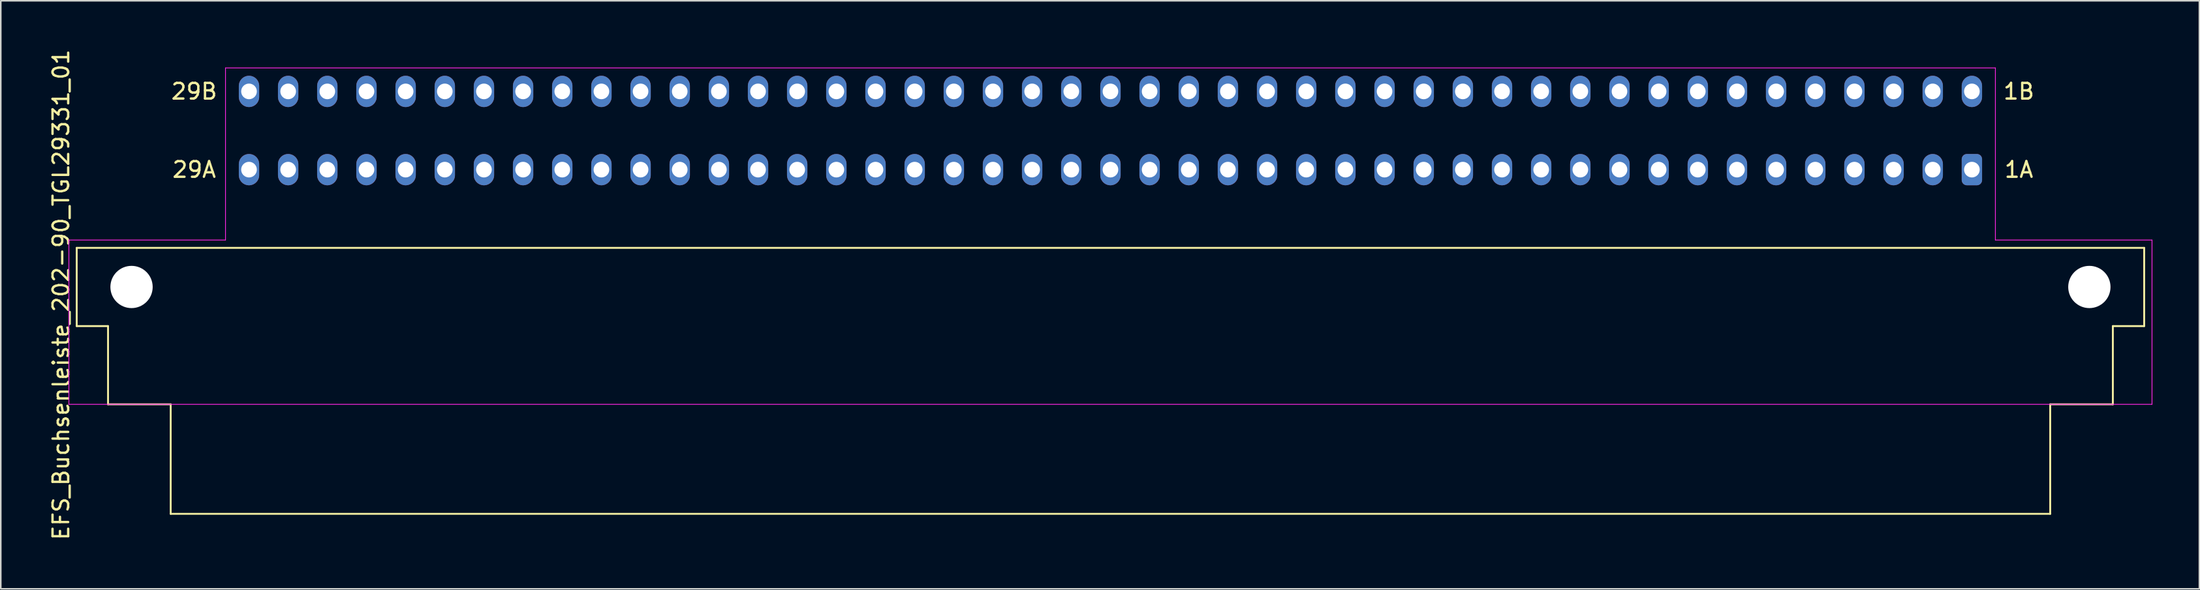
<source format=kicad_pcb>
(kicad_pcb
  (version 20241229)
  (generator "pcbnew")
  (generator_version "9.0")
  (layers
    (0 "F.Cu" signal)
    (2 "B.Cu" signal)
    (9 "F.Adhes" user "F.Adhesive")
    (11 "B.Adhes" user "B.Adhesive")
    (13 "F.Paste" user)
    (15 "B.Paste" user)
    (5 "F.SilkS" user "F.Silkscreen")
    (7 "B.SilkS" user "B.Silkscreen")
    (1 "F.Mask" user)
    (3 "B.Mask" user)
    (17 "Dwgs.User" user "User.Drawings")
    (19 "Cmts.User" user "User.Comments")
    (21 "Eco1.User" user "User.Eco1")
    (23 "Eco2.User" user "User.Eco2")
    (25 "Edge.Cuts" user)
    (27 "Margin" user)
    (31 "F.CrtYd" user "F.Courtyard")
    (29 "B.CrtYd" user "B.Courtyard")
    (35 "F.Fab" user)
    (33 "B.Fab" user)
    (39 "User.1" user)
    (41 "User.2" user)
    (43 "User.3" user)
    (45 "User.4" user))
  (footprint "EFS_Buchsenleiste_202-90_TGL29331_01"
    (layer "F.Cu")
    (at 67.848 20.292)
    (property "Reference" "EFS_Buchsenleiste_202-90_TGL29331_01" (at -67 -4.5 90) (layer "F.SilkS") (effects (font (size 1 1) (thickness 0.15))))
    (attr through_hole)
    (fp_line (start -66 -7.5) (end -66 -2.5) (stroke (width 0.12) (type solid)) (layer "F.SilkS"))
    (fp_line (start -66 -7.5) (end 66 -7.5) (stroke (width 0.12) (type solid)) (layer "F.SilkS"))
    (fp_line (start -66 -2.5) (end -64 -2.5) (stroke (width 0.12) (type solid)) (layer "F.SilkS"))
    (fp_line (start -64 -2.5) (end -64 2.5) (stroke (width 0.12) (type solid)) (layer "F.SilkS"))
    (fp_line (start -64 2.5) (end -60 2.5) (stroke (width 0.12) (type solid)) (layer "F.SilkS"))
    (fp_line (start -60 2.5) (end -60 9.5) (stroke (width 0.12) (type solid)) (layer "F.SilkS"))
    (fp_line (start -60 9.5) (end 60 9.5) (stroke (width 0.12) (type solid)) (layer "F.SilkS"))
    (fp_line (start 60 2.5) (end 64 2.5) (stroke (width 0.12) (type solid)) (layer "F.SilkS"))
    (fp_line (start 60 9.5) (end 60 2.5) (stroke (width 0.12) (type solid)) (layer "F.SilkS"))
    (fp_line (start 64 -2.5) (end 66 -2.5) (stroke (width 0.12) (type solid)) (layer "F.SilkS"))
    (fp_line (start 64 2.5) (end 64 -2.5) (stroke (width 0.12) (type solid)) (layer "F.SilkS"))
    (fp_line (start 66 -2.5) (end 66 -7.5) (stroke (width 0.12) (type solid)) (layer "F.SilkS"))
    (fp_line (start -66.5 2.5) (end -66.5 -8) (stroke (width 0.05) (type solid)) (layer "F.CrtYd"))
    (fp_line (start -56.5 -19) (end 56.5 -19) (stroke (width 0.05) (type solid)) (layer "F.CrtYd"))
    (fp_line (start -56.5 -8) (end -66.5 -8) (stroke (width 0.05) (type solid)) (layer "F.CrtYd"))
    (fp_line (start -56.5 -8) (end -56.5 -19) (stroke (width 0.05) (type solid)) (layer "F.CrtYd"))
    (fp_line (start 56.5 -19) (end 56.5 -8) (stroke (width 0.05) (type solid)) (layer "F.CrtYd"))
    (fp_line (start 56.5 -8) (end 66.5 -8) (stroke (width 0.05) (type solid)) (layer "F.CrtYd"))
    (fp_line (start 66.5 -8) (end 66.5 2.5) (stroke (width 0.05) (type solid)) (layer "F.CrtYd"))
    (fp_line (start 66.5 2.5) (end -66.5 2.5) (stroke (width 0.05) (type solid)) (layer "F.CrtYd"))
    (fp_text user "1A" (at 58 -12.5 0) (layer "F.SilkS") (effects (font (size 1 1) (thickness 0.15))))
    (fp_text user "29A" (at -58.5 -12.5 0) (layer "F.SilkS") (effects (font (size 1 1) (thickness 0.15))))
    (fp_text user "29B" (at -58.5 -17.5 0) (layer "F.SilkS") (effects (font (size 1 1) (thickness 0.15))))
    (fp_text user "1B" (at 58 -17.5 0) (layer "F.SilkS") (effects (font (size 1 1) (thickness 0.15))))
    (pad "" np_thru_hole circle (at -62.5 -5) (size 2.7 2.7) (drill 2.7) (layers "*.Cu" "*.Mask"))
    (pad "" np_thru_hole circle (at 62.5 -5) (size 2.7 2.7) (drill 2.7) (layers "*.Cu" "*.Mask"))
    (pad "1a" thru_hole roundrect (at 55 -12.5) (size 1.3 2) (drill 1) (layers "*.Cu" "*.Mask") (roundrect_rratio 0.25))
    (pad "1b" thru_hole oval (at 55 -17.5) (size 1.3 2) (drill 1) (layers "*.Cu" "*.Mask"))
    (pad "2a" thru_hole oval (at 52.5 -12.5) (size 1.3 2) (drill 1) (layers "*.Cu" "*.Mask"))
    (pad "2b" thru_hole oval (at 52.5 -17.5) (size 1.3 2) (drill 1) (layers "*.Cu" "*.Mask"))
    (pad "3a" thru_hole oval (at 50 -12.5) (size 1.3 2) (drill 1) (layers "*.Cu" "*.Mask"))
    (pad "3b" thru_hole oval (at 50 -17.5) (size 1.3 2) (drill 1) (layers "*.Cu" "*.Mask"))
    (pad "4a" thru_hole oval (at 47.5 -12.5) (size 1.3 2) (drill 1) (layers "*.Cu" "*.Mask"))
    (pad "4b" thru_hole oval (at 47.5 -17.5) (size 1.3 2) (drill 1) (layers "*.Cu" "*.Mask"))
    (pad "5a" thru_hole oval (at 45 -12.5) (size 1.3 2) (drill 1) (layers "*.Cu" "*.Mask"))
    (pad "5b" thru_hole oval (at 45 -17.5) (size 1.3 2) (drill 1) (layers "*.Cu" "*.Mask"))
    (pad "6a" thru_hole oval (at 42.5 -12.5) (size 1.3 2) (drill 1) (layers "*.Cu" "*.Mask"))
    (pad "6b" thru_hole oval (at 42.5 -17.5) (size 1.3 2) (drill 1) (layers "*.Cu" "*.Mask"))
    (pad "7a" thru_hole oval (at 40 -12.5) (size 1.3 2) (drill 1) (layers "*.Cu" "*.Mask"))
    (pad "7b" thru_hole oval (at 40 -17.5) (size 1.3 2) (drill 1) (layers "*.Cu" "*.Mask"))
    (pad "8a" thru_hole oval (at 37.5 -12.5) (size 1.3 2) (drill 1) (layers "*.Cu" "*.Mask"))
    (pad "8b" thru_hole oval (at 37.5 -17.5) (size 1.3 2) (drill 1) (layers "*.Cu" "*.Mask"))
    (pad "9a" thru_hole oval (at 35 -12.5) (size 1.3 2) (drill 1) (layers "*.Cu" "*.Mask"))
    (pad "9b" thru_hole oval (at 35 -17.5) (size 1.3 2) (drill 1) (layers "*.Cu" "*.Mask"))
    (pad "10a" thru_hole oval (at 32.5 -12.5) (size 1.3 2) (drill 1) (layers "*.Cu" "*.Mask"))
    (pad "10b" thru_hole oval (at 32.5 -17.5) (size 1.3 2) (drill 1) (layers "*.Cu" "*.Mask"))
    (pad "11a" thru_hole oval (at 30 -12.5) (size 1.3 2) (drill 1) (layers "*.Cu" "*.Mask"))
    (pad "11b" thru_hole oval (at 30 -17.5) (size 1.3 2) (drill 1) (layers "*.Cu" "*.Mask"))
    (pad "12a" thru_hole oval (at 27.5 -12.5) (size 1.3 2) (drill 1) (layers "*.Cu" "*.Mask"))
    (pad "12b" thru_hole oval (at 27.5 -17.5) (size 1.3 2) (drill 1) (layers "*.Cu" "*.Mask"))
    (pad "13a" thru_hole oval (at 25 -12.5) (size 1.3 2) (drill 1) (layers "*.Cu" "*.Mask"))
    (pad "13b" thru_hole oval (at 25 -17.5) (size 1.3 2) (drill 1) (layers "*.Cu" "*.Mask"))
    (pad "14a" thru_hole oval (at 22.5 -12.5) (size 1.3 2) (drill 1) (layers "*.Cu" "*.Mask"))
    (pad "14b" thru_hole oval (at 22.5 -17.5) (size 1.3 2) (drill 1) (layers "*.Cu" "*.Mask"))
    (pad "15a" thru_hole oval (at 20 -12.5) (size 1.3 2) (drill 1) (layers "*.Cu" "*.Mask"))
    (pad "15b" thru_hole oval (at 20 -17.5) (size 1.3 2) (drill 1) (layers "*.Cu" "*.Mask"))
    (pad "16a" thru_hole oval (at 17.5 -12.5) (size 1.3 2) (drill 1) (layers "*.Cu" "*.Mask"))
    (pad "16b" thru_hole oval (at 17.5 -17.5) (size 1.3 2) (drill 1) (layers "*.Cu" "*.Mask"))
    (pad "17a" thru_hole oval (at 15 -12.5) (size 1.3 2) (drill 1) (layers "*.Cu" "*.Mask"))
    (pad "17b" thru_hole oval (at 15 -17.5) (size 1.3 2) (drill 1) (layers "*.Cu" "*.Mask"))
    (pad "18a" thru_hole oval (at 12.5 -12.5) (size 1.3 2) (drill 1) (layers "*.Cu" "*.Mask"))
    (pad "18b" thru_hole oval (at 12.5 -17.5) (size 1.3 2) (drill 1) (layers "*.Cu" "*.Mask"))
    (pad "19a" thru_hole oval (at 10 -12.5) (size 1.3 2) (drill 1) (layers "*.Cu" "*.Mask"))
    (pad "19b" thru_hole oval (at 10 -17.5) (size 1.3 2) (drill 1) (layers "*.Cu" "*.Mask"))
    (pad "20a" thru_hole oval (at 7.5 -12.5) (size 1.3 2) (drill 1) (layers "*.Cu" "*.Mask"))
    (pad "20b" thru_hole oval (at 7.5 -17.5) (size 1.3 2) (drill 1) (layers "*.Cu" "*.Mask"))
    (pad "21a" thru_hole oval (at 5 -12.5) (size 1.3 2) (drill 1) (layers "*.Cu" "*.Mask"))
    (pad "21b" thru_hole oval (at 5 -17.5) (size 1.3 2) (drill 1) (layers "*.Cu" "*.Mask"))
    (pad "22a" thru_hole oval (at 2.5 -12.5) (size 1.3 2) (drill 1) (layers "*.Cu" "*.Mask"))
    (pad "22b" thru_hole oval (at 2.5 -17.5) (size 1.3 2) (drill 1) (layers "*.Cu" "*.Mask"))
    (pad "23a" thru_hole oval (at 0 -12.5) (size 1.3 2) (drill 1) (layers "*.Cu" "*.Mask"))
    (pad "23b" thru_hole oval (at 0 -17.5) (size 1.3 2) (drill 1) (layers "*.Cu" "*.Mask"))
    (pad "24a" thru_hole oval (at -2.5 -12.5) (size 1.3 2) (drill 1) (layers "*.Cu" "*.Mask"))
    (pad "24b" thru_hole oval (at -2.5 -17.5) (size 1.3 2) (drill 1) (layers "*.Cu" "*.Mask"))
    (pad "25a" thru_hole oval (at -5 -12.5) (size 1.3 2) (drill 1) (layers "*.Cu" "*.Mask"))
    (pad "25b" thru_hole oval (at -5 -17.5) (size 1.3 2) (drill 1) (layers "*.Cu" "*.Mask"))
    (pad "26a" thru_hole oval (at -7.5 -12.5) (size 1.3 2) (drill 1) (layers "*.Cu" "*.Mask"))
    (pad "26b" thru_hole oval (at -7.5 -17.5) (size 1.3 2) (drill 1) (layers "*.Cu" "*.Mask"))
    (pad "27a" thru_hole oval (at -10 -12.5) (size 1.3 2) (drill 1) (layers "*.Cu" "*.Mask"))
    (pad "27b" thru_hole oval (at -10 -17.5) (size 1.3 2) (drill 1) (layers "*.Cu" "*.Mask"))
    (pad "28a" thru_hole oval (at -12.5 -12.5) (size 1.3 2) (drill 1) (layers "*.Cu" "*.Mask"))
    (pad "28b" thru_hole oval (at -12.5 -17.5) (size 1.3 2) (drill 1) (layers "*.Cu" "*.Mask"))
    (pad "29a" thru_hole oval (at -15 -12.5) (size 1.3 2) (drill 1) (layers "*.Cu" "*.Mask"))
    (pad "29b" thru_hole oval (at -15 -17.5) (size 1.3 2) (drill 1) (layers "*.Cu" "*.Mask"))
    (pad "30a" thru_hole oval (at -17.5 -12.5) (size 1.3 2) (drill 1) (layers "*.Cu" "*.Mask"))
    (pad "30b" thru_hole oval (at -17.5 -17.5) (size 1.3 2) (drill 1) (layers "*.Cu" "*.Mask"))
    (pad "31a" thru_hole oval (at -20 -12.5) (size 1.3 2) (drill 1) (layers "*.Cu" "*.Mask"))
    (pad "31b" thru_hole oval (at -20 -17.5) (size 1.3 2) (drill 1) (layers "*.Cu" "*.Mask"))
    (pad "32a" thru_hole oval (at -22.5 -12.5) (size 1.3 2) (drill 1) (layers "*.Cu" "*.Mask"))
    (pad "32b" thru_hole oval (at -22.5 -17.5) (size 1.3 2) (drill 1) (layers "*.Cu" "*.Mask"))
    (pad "33a" thru_hole oval (at -25 -12.5) (size 1.3 2) (drill 1) (layers "*.Cu" "*.Mask"))
    (pad "33b" thru_hole oval (at -25 -17.5) (size 1.3 2) (drill 1) (layers "*.Cu" "*.Mask"))
    (pad "34a" thru_hole oval (at -27.5 -12.5) (size 1.3 2) (drill 1) (layers "*.Cu" "*.Mask"))
    (pad "34b" thru_hole oval (at -27.5 -17.5) (size 1.3 2) (drill 1) (layers "*.Cu" "*.Mask"))
    (pad "35a" thru_hole oval (at -30 -12.5) (size 1.3 2) (drill 1) (layers "*.Cu" "*.Mask"))
    (pad "35b" thru_hole oval (at -30 -17.5) (size 1.3 2) (drill 1) (layers "*.Cu" "*.Mask"))
    (pad "36a" thru_hole oval (at -32.5 -12.5) (size 1.3 2) (drill 1) (layers "*.Cu" "*.Mask"))
    (pad "36b" thru_hole oval (at -32.5 -17.5) (size 1.3 2) (drill 1) (layers "*.Cu" "*.Mask"))
    (pad "37a" thru_hole oval (at -35 -12.5) (size 1.3 2) (drill 1) (layers "*.Cu" "*.Mask"))
    (pad "37b" thru_hole oval (at -35 -17.5) (size 1.3 2) (drill 1) (layers "*.Cu" "*.Mask"))
    (pad "38a" thru_hole oval (at -37.5 -12.5) (size 1.3 2) (drill 1) (layers "*.Cu" "*.Mask"))
    (pad "38b" thru_hole oval (at -37.5 -17.5) (size 1.3 2) (drill 1) (layers "*.Cu" "*.Mask"))
    (pad "39a" thru_hole oval (at -40 -12.5) (size 1.3 2) (drill 1) (layers "*.Cu" "*.Mask"))
    (pad "39b" thru_hole oval (at -40 -17.5) (size 1.3 2) (drill 1) (layers "*.Cu" "*.Mask"))
    (pad "40a" thru_hole oval (at -42.5 -12.5) (size 1.3 2) (drill 1) (layers "*.Cu" "*.Mask"))
    (pad "40b" thru_hole oval (at -42.5 -17.5) (size 1.3 2) (drill 1) (layers "*.Cu" "*.Mask"))
    (pad "41a" thru_hole oval (at -45 -12.5) (size 1.3 2) (drill 1) (layers "*.Cu" "*.Mask"))
    (pad "41b" thru_hole oval (at -45 -17.5) (size 1.3 2) (drill 1) (layers "*.Cu" "*.Mask"))
    (pad "42a" thru_hole oval (at -47.5 -12.5) (size 1.3 2) (drill 1) (layers "*.Cu" "*.Mask"))
    (pad "42b" thru_hole oval (at -47.5 -17.5) (size 1.3 2) (drill 1) (layers "*.Cu" "*.Mask"))
    (pad "43a" thru_hole oval (at -50 -12.5) (size 1.3 2) (drill 1) (layers "*.Cu" "*.Mask"))
    (pad "43b" thru_hole oval (at -50 -17.5) (size 1.3 2) (drill 1) (layers "*.Cu" "*.Mask"))
    (pad "44a" thru_hole oval (at -52.5 -12.5) (size 1.3 2) (drill 1) (layers "*.Cu" "*.Mask"))
    (pad "44b" thru_hole oval (at -52.5 -17.5) (size 1.3 2) (drill 1) (layers "*.Cu" "*.Mask"))
    (pad "45a" thru_hole oval (at -55 -12.5) (size 1.3 2) (drill 1) (layers "*.Cu" "*.Mask"))
    (pad "45b" thru_hole oval (at -55 -17.5) (size 1.3 2) (drill 1) (layers "*.Cu" "*.Mask")))
  (gr_rect
    (start -3 -3)
    (end 137.373 34.583)
    (stroke (width 0.1) (type default))
    (fill no)
    (layer "Edge.Cuts")))
</source>
